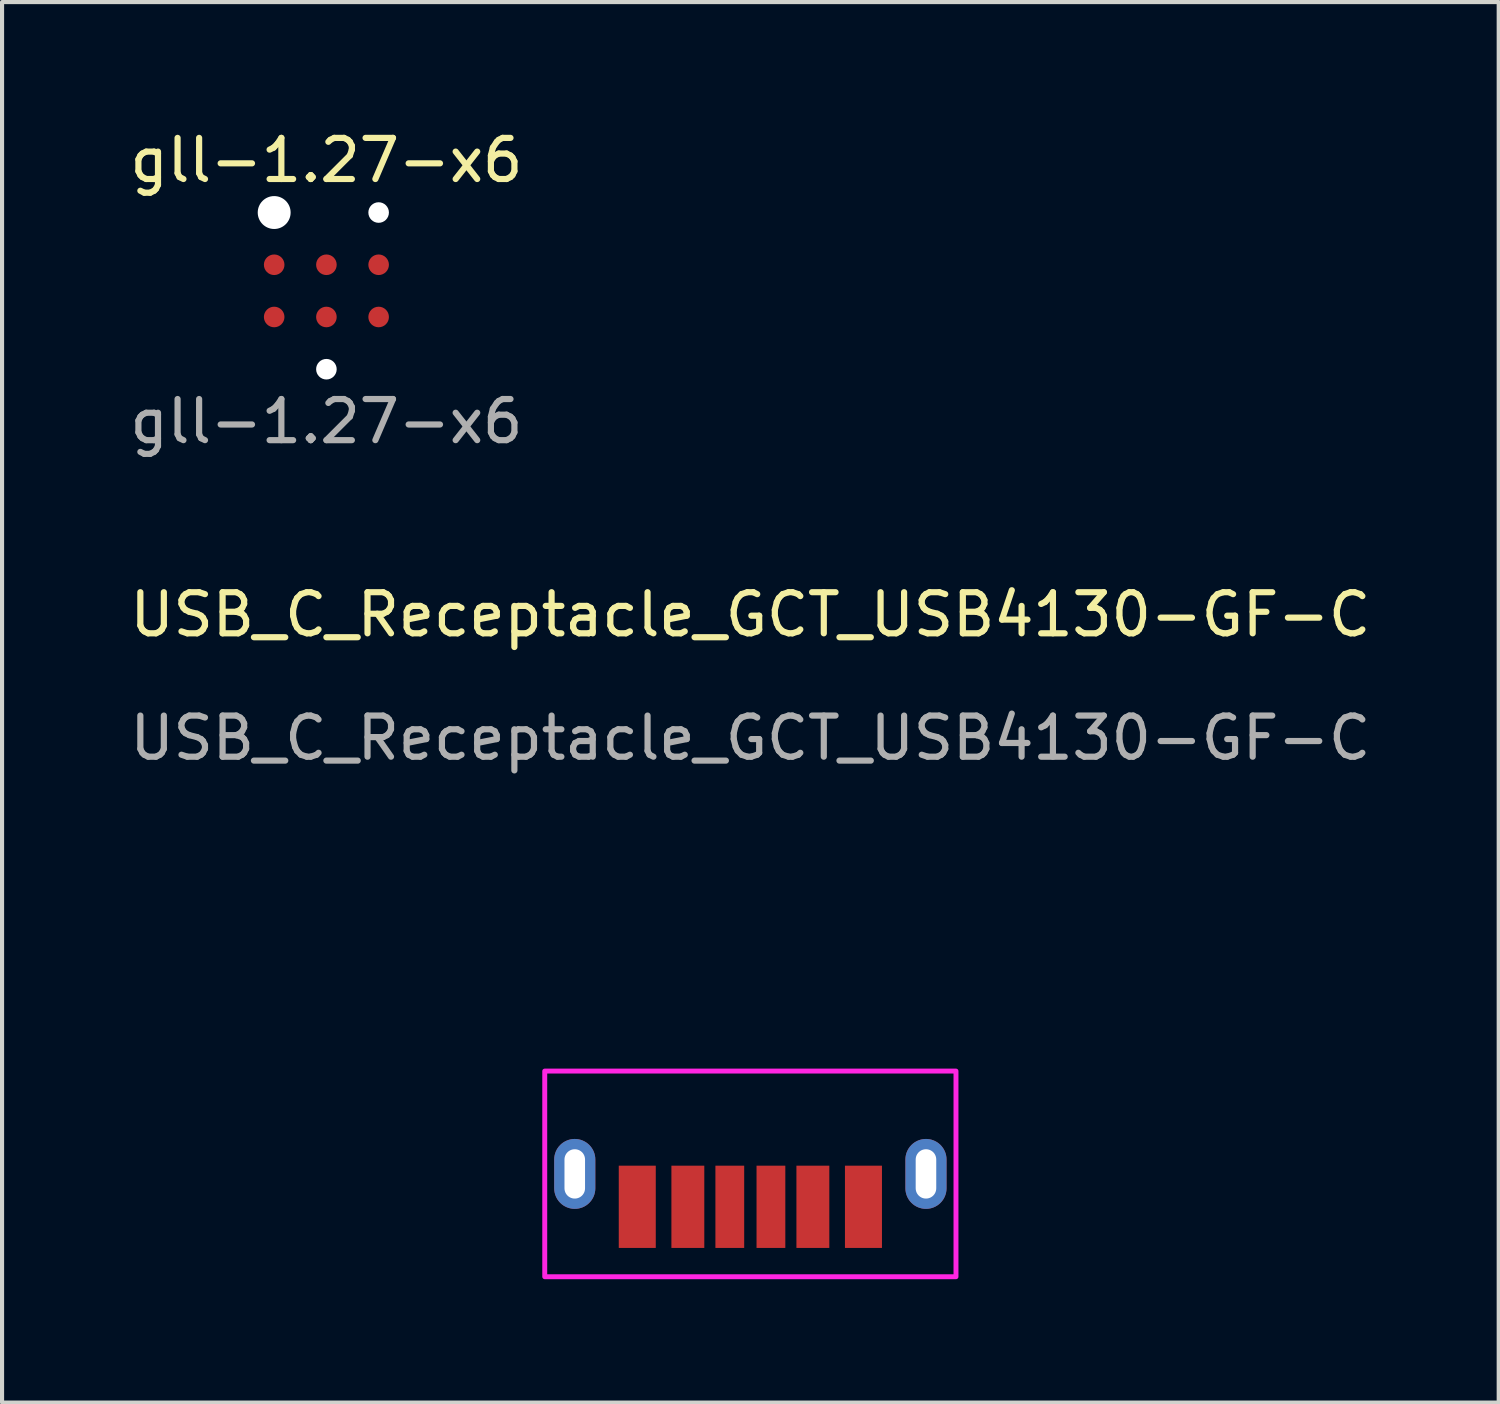
<source format=kicad_pcb>
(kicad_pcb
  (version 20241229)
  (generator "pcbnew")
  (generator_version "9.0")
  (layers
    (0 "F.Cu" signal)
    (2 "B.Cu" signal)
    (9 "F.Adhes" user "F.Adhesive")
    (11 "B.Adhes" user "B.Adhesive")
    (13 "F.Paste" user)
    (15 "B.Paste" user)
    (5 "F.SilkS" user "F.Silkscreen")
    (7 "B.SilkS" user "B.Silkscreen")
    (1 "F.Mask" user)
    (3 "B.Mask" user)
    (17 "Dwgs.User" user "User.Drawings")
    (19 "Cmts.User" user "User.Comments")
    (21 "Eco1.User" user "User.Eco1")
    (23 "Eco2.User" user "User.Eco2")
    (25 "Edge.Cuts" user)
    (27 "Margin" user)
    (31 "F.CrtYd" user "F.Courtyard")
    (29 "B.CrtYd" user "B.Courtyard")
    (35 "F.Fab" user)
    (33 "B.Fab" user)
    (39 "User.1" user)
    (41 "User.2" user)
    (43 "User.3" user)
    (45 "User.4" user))
  (footprint "USB_C_Receptacle_GCT_USB4130-GF-C"
    (layer "F.Cu")
    (at 15.196 25.495)
    (property "Reference" "USB_C_Receptacle_GCT_USB4130-GF-C" (at 0 -13.6 0) (unlocked yes) (layer "F.SilkS") (effects (font (size 1 1) (thickness 0.15))))
    (attr smd)
    (fp_rect (start -5 -2.5) (end 5 2.5) (stroke (width 0.12) (type solid)) (fill no) (layer "F.CrtYd"))
    (fp_text user "${REFERENCE}" (at 0 -10.6 0) (unlocked yes) (layer "F.Fab") (effects (font (size 1 1) (thickness 0.15))))
    (pad "A5" smd rect (at -0.5 0.8 90) (size 2 0.7) (layers "F.Cu" "F.Mask" "F.Paste"))
    (pad "A9" smd rect (at 1.52 0.8 90) (size 2 0.8) (layers "F.Cu" "F.Mask" "F.Paste"))
    (pad "A12" smd rect (at 2.75 0.8 90) (size 2 0.9) (layers "F.Cu" "F.Mask" "F.Paste"))
    (pad "B5" smd rect (at 0.5 0.8 90) (size 2 0.7) (layers "F.Cu" "F.Mask" "F.Paste"))
    (pad "B9" smd rect (at -1.52 0.8 90) (size 2 0.8) (layers "F.Cu" "F.Mask" "F.Paste"))
    (pad "B12" smd rect (at -2.75 0.8 90) (size 2 0.9) (layers "F.Cu" "F.Mask" "F.Paste"))
    (pad "S1" thru_hole oval (at -4.27 0 90) (size 1.7 1) (drill oval 1.2 0.5) (layers "*.Cu" "*.Mask"))
    (pad "S1" thru_hole oval (at 4.27 0 90) (size 1.7 1) (drill oval 1.2 0.5) (layers "*.Cu" "*.Mask")))
  (footprint "gll-1.27-x6"
    (layer "F.Cu")
    (at 4.887 4.023)
    (property "Reference" "gll-1.27-x6" (at 0 -3.175 0) (unlocked yes) (layer "F.SilkS") (effects (font (size 1 1) (thickness 0.15))))
    (attr smd)
    (fp_text user "${REFERENCE}" (at 0 3.175 0) (unlocked yes) (layer "F.Fab") (effects (font (size 1 1) (thickness 0.15))))
    (pad "" np_thru_hole circle (at -1.27 -1.905) (size 0.8 0.8) (drill 0.8) (layers "*.Cu" "*.Mask"))
    (pad "" np_thru_hole circle (at 0 1.905) (size 0.5 0.5) (drill 0.5) (layers "*.Cu" "*.Mask"))
    (pad "" np_thru_hole circle (at 1.27 -1.905) (size 0.5 0.5) (drill 0.5) (layers "*.Cu" "*.Mask"))
    (pad "1" smd circle (at -1.27 -0.635) (size 0.5 0.5) (layers "F.Cu" "F.Mask" "F.Paste"))
    (pad "1" smd circle (at -1.27 0.635) (size 0.5 0.5) (layers "F.Cu" "F.Mask" "F.Paste"))
    (pad "1" smd circle (at 0 -0.635) (size 0.5 0.5) (layers "F.Cu" "F.Mask" "F.Paste"))
    (pad "1" smd circle (at 0 0.635) (size 0.5 0.5) (layers "F.Cu" "F.Mask" "F.Paste"))
    (pad "1" smd circle (at 1.27 -0.635) (size 0.5 0.5) (layers "F.Cu" "F.Mask" "F.Paste"))
    (pad "1" smd circle (at 1.27 0.635) (size 0.5 0.5) (layers "F.Cu" "F.Mask" "F.Paste")))
  (gr_rect
    (start -3 -3)
    (end 33.393 31.055)
    (stroke (width 0.1) (type default))
    (fill no)
    (layer "Edge.Cuts")))
</source>
